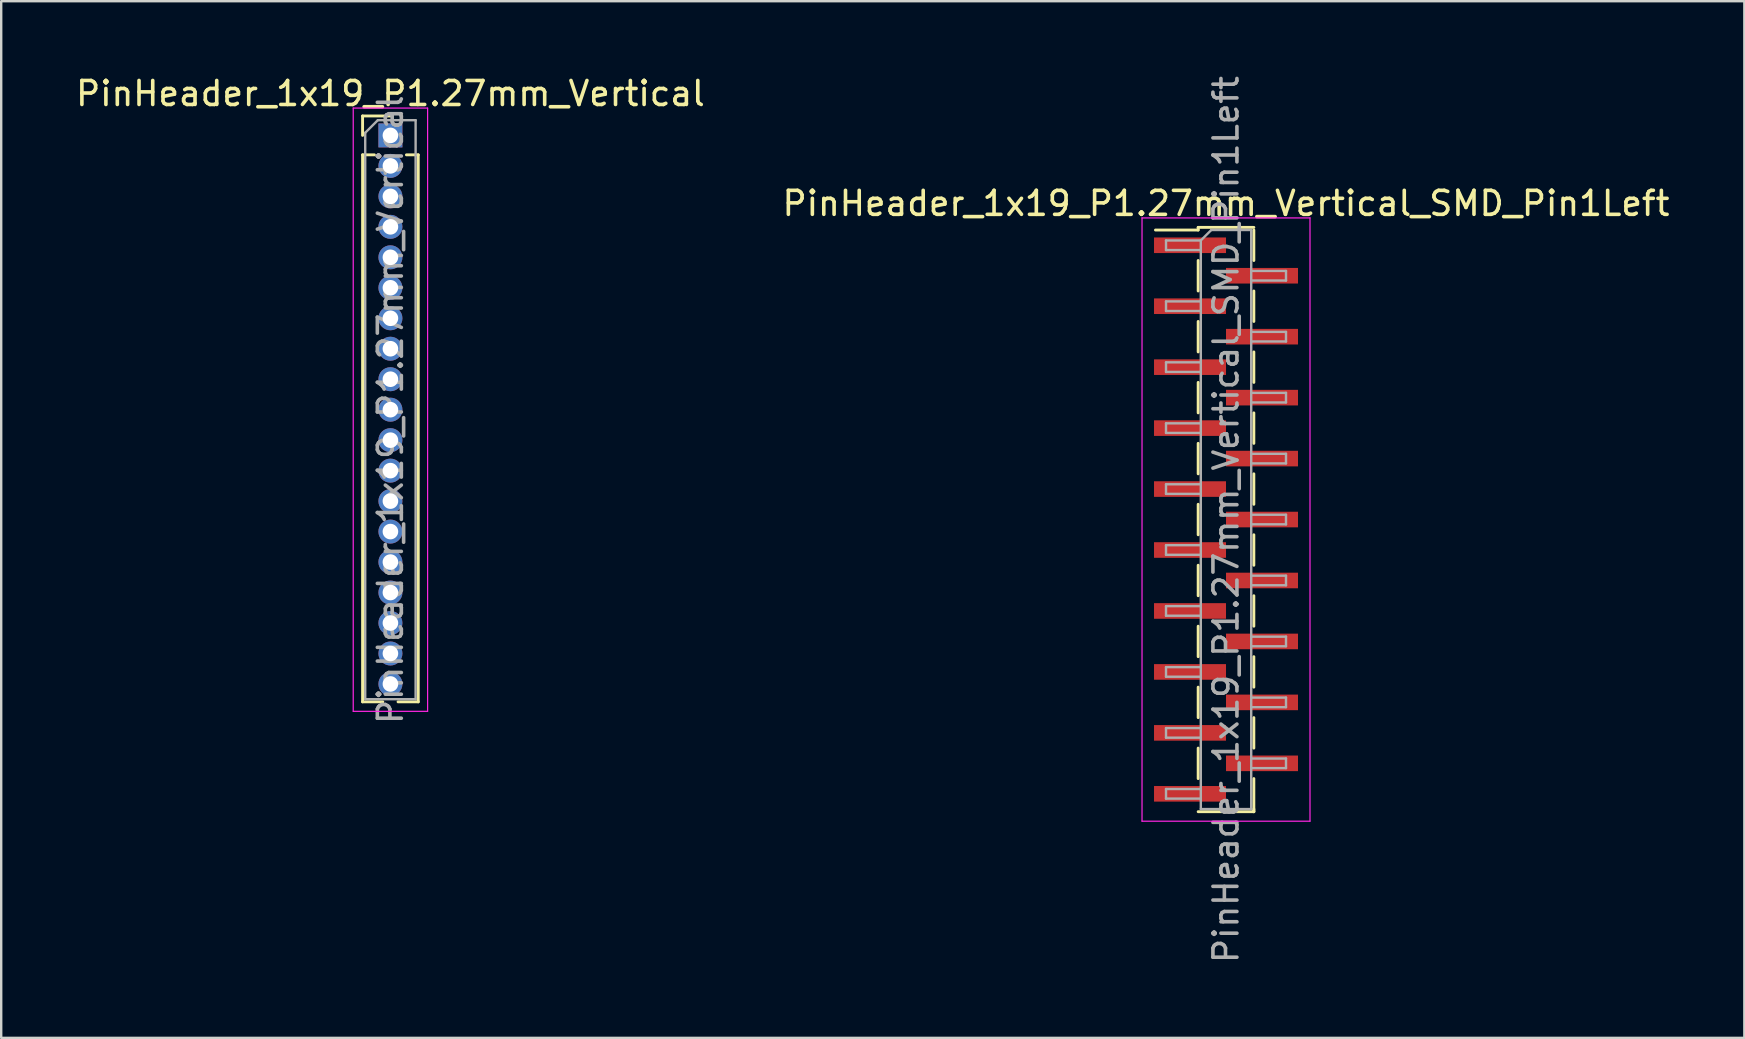
<source format=kicad_pcb>
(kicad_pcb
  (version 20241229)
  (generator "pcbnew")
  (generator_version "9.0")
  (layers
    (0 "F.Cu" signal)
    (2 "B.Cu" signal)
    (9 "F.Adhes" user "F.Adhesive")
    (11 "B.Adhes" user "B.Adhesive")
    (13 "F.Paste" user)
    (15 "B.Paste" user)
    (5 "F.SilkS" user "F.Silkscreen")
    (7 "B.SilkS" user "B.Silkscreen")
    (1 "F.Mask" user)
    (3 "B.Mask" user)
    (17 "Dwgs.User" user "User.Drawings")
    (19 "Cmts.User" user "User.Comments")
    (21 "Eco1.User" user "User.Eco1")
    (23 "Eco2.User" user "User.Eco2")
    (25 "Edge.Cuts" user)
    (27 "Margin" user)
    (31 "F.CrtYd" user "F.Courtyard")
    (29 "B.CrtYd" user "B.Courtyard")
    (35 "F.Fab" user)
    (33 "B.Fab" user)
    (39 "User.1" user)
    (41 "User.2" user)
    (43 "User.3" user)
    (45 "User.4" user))
  (footprint "PinHeader_1x19_P1.27mm_Vertical_SMD_Pin1Left"
    (layer "F.Cu")
    (at 48.042 18.601)
    (property "Reference" "PinHeader_1x19_P1.27mm_Vertical_SMD_Pin1Left" (at 0 -13.175 0) (layer "F.SilkS") (effects (font (size 1 1) (thickness 0.15))))
    (attr smd)
    (fp_line (start -1.16 -12.175) (end -1.16 -12.065) (stroke (width 0.12) (type solid)) (layer "F.SilkS"))
    (fp_line (start -1.16 -12.175) (end 1.16 -12.175) (stroke (width 0.12) (type solid)) (layer "F.SilkS"))
    (fp_line (start -1.16 -12.065) (end -2.94 -12.065) (stroke (width 0.12) (type solid)) (layer "F.SilkS"))
    (fp_line (start -1.16 -10.795) (end -1.16 -9.525) (stroke (width 0.12) (type solid)) (layer "F.SilkS"))
    (fp_line (start -1.16 -8.255) (end -1.16 -6.985) (stroke (width 0.12) (type solid)) (layer "F.SilkS"))
    (fp_line (start -1.16 -5.715) (end -1.16 -4.445) (stroke (width 0.12) (type solid)) (layer "F.SilkS"))
    (fp_line (start -1.16 -3.175) (end -1.16 -1.905) (stroke (width 0.12) (type solid)) (layer "F.SilkS"))
    (fp_line (start -1.16 -0.635) (end -1.16 0.635) (stroke (width 0.12) (type solid)) (layer "F.SilkS"))
    (fp_line (start -1.16 1.905) (end -1.16 3.175) (stroke (width 0.12) (type solid)) (layer "F.SilkS"))
    (fp_line (start -1.16 4.445) (end -1.16 5.715) (stroke (width 0.12) (type solid)) (layer "F.SilkS"))
    (fp_line (start -1.16 6.985) (end -1.16 8.255) (stroke (width 0.12) (type solid)) (layer "F.SilkS"))
    (fp_line (start -1.16 9.525) (end -1.16 10.795) (stroke (width 0.12) (type solid)) (layer "F.SilkS"))
    (fp_line (start -1.16 12.175) (end 1.16 12.175) (stroke (width 0.12) (type solid)) (layer "F.SilkS"))
    (fp_line (start 1.16 -12.065) (end 1.16 -10.795) (stroke (width 0.12) (type solid)) (layer "F.SilkS"))
    (fp_line (start 1.16 -9.525) (end 1.16 -8.255) (stroke (width 0.12) (type solid)) (layer "F.SilkS"))
    (fp_line (start 1.16 -6.985) (end 1.16 -5.715) (stroke (width 0.12) (type solid)) (layer "F.SilkS"))
    (fp_line (start 1.16 -4.445) (end 1.16 -3.175) (stroke (width 0.12) (type solid)) (layer "F.SilkS"))
    (fp_line (start 1.16 -1.905) (end 1.16 -0.635) (stroke (width 0.12) (type solid)) (layer "F.SilkS"))
    (fp_line (start 1.16 0.635) (end 1.16 1.905) (stroke (width 0.12) (type solid)) (layer "F.SilkS"))
    (fp_line (start 1.16 3.175) (end 1.16 4.445) (stroke (width 0.12) (type solid)) (layer "F.SilkS"))
    (fp_line (start 1.16 5.715) (end 1.16 6.985) (stroke (width 0.12) (type solid)) (layer "F.SilkS"))
    (fp_line (start 1.16 8.255) (end 1.16 9.525) (stroke (width 0.12) (type solid)) (layer "F.SilkS"))
    (fp_line (start 1.16 10.795) (end 1.16 12.175) (stroke (width 0.12) (type solid)) (layer "F.SilkS"))
    (fp_line (start 1.16 12.065) (end 1.16 12.175) (stroke (width 0.12) (type solid)) (layer "F.SilkS"))
    (fp_line (start -3.5 -12.57) (end -3.5 12.57) (stroke (width 0.05) (type solid)) (layer "F.CrtYd"))
    (fp_line (start -3.5 12.57) (end 3.5 12.57) (stroke (width 0.05) (type solid)) (layer "F.CrtYd"))
    (fp_line (start 3.5 -12.57) (end -3.5 -12.57) (stroke (width 0.05) (type solid)) (layer "F.CrtYd"))
    (fp_line (start 3.5 12.57) (end 3.5 -12.57) (stroke (width 0.05) (type solid)) (layer "F.CrtYd"))
    (fp_line (start -2.5 -11.63) (end -2.5 -11.23) (stroke (width 0.1) (type solid)) (layer "F.Fab"))
    (fp_line (start -2.5 -11.23) (end -1.05 -11.23) (stroke (width 0.1) (type solid)) (layer "F.Fab"))
    (fp_line (start -2.5 -9.09) (end -2.5 -8.69) (stroke (width 0.1) (type solid)) (layer "F.Fab"))
    (fp_line (start -2.5 -8.69) (end -1.05 -8.69) (stroke (width 0.1) (type solid)) (layer "F.Fab"))
    (fp_line (start -2.5 -6.55) (end -2.5 -6.15) (stroke (width 0.1) (type solid)) (layer "F.Fab"))
    (fp_line (start -2.5 -6.15) (end -1.05 -6.15) (stroke (width 0.1) (type solid)) (layer "F.Fab"))
    (fp_line (start -2.5 -4.01) (end -2.5 -3.61) (stroke (width 0.1) (type solid)) (layer "F.Fab"))
    (fp_line (start -2.5 -3.61) (end -1.05 -3.61) (stroke (width 0.1) (type solid)) (layer "F.Fab"))
    (fp_line (start -2.5 -1.47) (end -2.5 -1.07) (stroke (width 0.1) (type solid)) (layer "F.Fab"))
    (fp_line (start -2.5 -1.07) (end -1.05 -1.07) (stroke (width 0.1) (type solid)) (layer "F.Fab"))
    (fp_line (start -2.5 1.07) (end -2.5 1.47) (stroke (width 0.1) (type solid)) (layer "F.Fab"))
    (fp_line (start -2.5 1.47) (end -1.05 1.47) (stroke (width 0.1) (type solid)) (layer "F.Fab"))
    (fp_line (start -2.5 3.61) (end -2.5 4.01) (stroke (width 0.1) (type solid)) (layer "F.Fab"))
    (fp_line (start -2.5 4.01) (end -1.05 4.01) (stroke (width 0.1) (type solid)) (layer "F.Fab"))
    (fp_line (start -2.5 6.15) (end -2.5 6.55) (stroke (width 0.1) (type solid)) (layer "F.Fab"))
    (fp_line (start -2.5 6.55) (end -1.05 6.55) (stroke (width 0.1) (type solid)) (layer "F.Fab"))
    (fp_line (start -2.5 8.69) (end -2.5 9.09) (stroke (width 0.1) (type solid)) (layer "F.Fab"))
    (fp_line (start -2.5 9.09) (end -1.05 9.09) (stroke (width 0.1) (type solid)) (layer "F.Fab"))
    (fp_line (start -2.5 11.23) (end -2.5 11.63) (stroke (width 0.1) (type solid)) (layer "F.Fab"))
    (fp_line (start -2.5 11.63) (end -1.05 11.63) (stroke (width 0.1) (type solid)) (layer "F.Fab"))
    (fp_line (start -1.05 -11.63) (end -2.5 -11.63) (stroke (width 0.1) (type solid)) (layer "F.Fab"))
    (fp_line (start -1.05 -11.63) (end -0.615 -12.065) (stroke (width 0.1) (type solid)) (layer "F.Fab"))
    (fp_line (start -1.05 -9.09) (end -2.5 -9.09) (stroke (width 0.1) (type solid)) (layer "F.Fab"))
    (fp_line (start -1.05 -6.55) (end -2.5 -6.55) (stroke (width 0.1) (type solid)) (layer "F.Fab"))
    (fp_line (start -1.05 -4.01) (end -2.5 -4.01) (stroke (width 0.1) (type solid)) (layer "F.Fab"))
    (fp_line (start -1.05 -1.47) (end -2.5 -1.47) (stroke (width 0.1) (type solid)) (layer "F.Fab"))
    (fp_line (start -1.05 1.07) (end -2.5 1.07) (stroke (width 0.1) (type solid)) (layer "F.Fab"))
    (fp_line (start -1.05 3.61) (end -2.5 3.61) (stroke (width 0.1) (type solid)) (layer "F.Fab"))
    (fp_line (start -1.05 6.15) (end -2.5 6.15) (stroke (width 0.1) (type solid)) (layer "F.Fab"))
    (fp_line (start -1.05 8.69) (end -2.5 8.69) (stroke (width 0.1) (type solid)) (layer "F.Fab"))
    (fp_line (start -1.05 11.23) (end -2.5 11.23) (stroke (width 0.1) (type solid)) (layer "F.Fab"))
    (fp_line (start -1.05 12.065) (end -1.05 -11.63) (stroke (width 0.1) (type solid)) (layer "F.Fab"))
    (fp_line (start -0.615 -12.065) (end 1.05 -12.065) (stroke (width 0.1) (type solid)) (layer "F.Fab"))
    (fp_line (start 1.05 -12.065) (end 1.05 12.065) (stroke (width 0.1) (type solid)) (layer "F.Fab"))
    (fp_line (start 1.05 -10.36) (end 2.5 -10.36) (stroke (width 0.1) (type solid)) (layer "F.Fab"))
    (fp_line (start 1.05 -7.82) (end 2.5 -7.82) (stroke (width 0.1) (type solid)) (layer "F.Fab"))
    (fp_line (start 1.05 -5.28) (end 2.5 -5.28) (stroke (width 0.1) (type solid)) (layer "F.Fab"))
    (fp_line (start 1.05 -2.74) (end 2.5 -2.74) (stroke (width 0.1) (type solid)) (layer "F.Fab"))
    (fp_line (start 1.05 -0.2) (end 2.5 -0.2) (stroke (width 0.1) (type solid)) (layer "F.Fab"))
    (fp_line (start 1.05 2.34) (end 2.5 2.34) (stroke (width 0.1) (type solid)) (layer "F.Fab"))
    (fp_line (start 1.05 4.88) (end 2.5 4.88) (stroke (width 0.1) (type solid)) (layer "F.Fab"))
    (fp_line (start 1.05 7.42) (end 2.5 7.42) (stroke (width 0.1) (type solid)) (layer "F.Fab"))
    (fp_line (start 1.05 9.96) (end 2.5 9.96) (stroke (width 0.1) (type solid)) (layer "F.Fab"))
    (fp_line (start 1.05 12.065) (end -1.05 12.065) (stroke (width 0.1) (type solid)) (layer "F.Fab"))
    (fp_line (start 2.5 -10.36) (end 2.5 -9.96) (stroke (width 0.1) (type solid)) (layer "F.Fab"))
    (fp_line (start 2.5 -9.96) (end 1.05 -9.96) (stroke (width 0.1) (type solid)) (layer "F.Fab"))
    (fp_line (start 2.5 -7.82) (end 2.5 -7.42) (stroke (width 0.1) (type solid)) (layer "F.Fab"))
    (fp_line (start 2.5 -7.42) (end 1.05 -7.42) (stroke (width 0.1) (type solid)) (layer "F.Fab"))
    (fp_line (start 2.5 -5.28) (end 2.5 -4.88) (stroke (width 0.1) (type solid)) (layer "F.Fab"))
    (fp_line (start 2.5 -4.88) (end 1.05 -4.88) (stroke (width 0.1) (type solid)) (layer "F.Fab"))
    (fp_line (start 2.5 -2.74) (end 2.5 -2.34) (stroke (width 0.1) (type solid)) (layer "F.Fab"))
    (fp_line (start 2.5 -2.34) (end 1.05 -2.34) (stroke (width 0.1) (type solid)) (layer "F.Fab"))
    (fp_line (start 2.5 -0.2) (end 2.5 0.2) (stroke (width 0.1) (type solid)) (layer "F.Fab"))
    (fp_line (start 2.5 0.2) (end 1.05 0.2) (stroke (width 0.1) (type solid)) (layer "F.Fab"))
    (fp_line (start 2.5 2.34) (end 2.5 2.74) (stroke (width 0.1) (type solid)) (layer "F.Fab"))
    (fp_line (start 2.5 2.74) (end 1.05 2.74) (stroke (width 0.1) (type solid)) (layer "F.Fab"))
    (fp_line (start 2.5 4.88) (end 2.5 5.28) (stroke (width 0.1) (type solid)) (layer "F.Fab"))
    (fp_line (start 2.5 5.28) (end 1.05 5.28) (stroke (width 0.1) (type solid)) (layer "F.Fab"))
    (fp_line (start 2.5 7.42) (end 2.5 7.82) (stroke (width 0.1) (type solid)) (layer "F.Fab"))
    (fp_line (start 2.5 7.82) (end 1.05 7.82) (stroke (width 0.1) (type solid)) (layer "F.Fab"))
    (fp_line (start 2.5 9.96) (end 2.5 10.36) (stroke (width 0.1) (type solid)) (layer "F.Fab"))
    (fp_line (start 2.5 10.36) (end 1.05 10.36) (stroke (width 0.1) (type solid)) (layer "F.Fab"))
    (fp_text user "${REFERENCE}" (at 0 0 90) (layer "F.Fab") (effects (font (size 1 1) (thickness 0.15))))
    (pad "1" smd rect (at -1.5 -11.43) (size 3 0.65) (layers "F.Cu" "F.Mask" "F.Paste"))
    (pad "2" smd rect (at 1.5 -10.16) (size 3 0.65) (layers "F.Cu" "F.Mask" "F.Paste"))
    (pad "3" smd rect (at -1.5 -8.89) (size 3 0.65) (layers "F.Cu" "F.Mask" "F.Paste"))
    (pad "4" smd rect (at 1.5 -7.62) (size 3 0.65) (layers "F.Cu" "F.Mask" "F.Paste"))
    (pad "5" smd rect (at -1.5 -6.35) (size 3 0.65) (layers "F.Cu" "F.Mask" "F.Paste"))
    (pad "6" smd rect (at 1.5 -5.08) (size 3 0.65) (layers "F.Cu" "F.Mask" "F.Paste"))
    (pad "7" smd rect (at -1.5 -3.81) (size 3 0.65) (layers "F.Cu" "F.Mask" "F.Paste"))
    (pad "8" smd rect (at 1.5 -2.54) (size 3 0.65) (layers "F.Cu" "F.Mask" "F.Paste"))
    (pad "9" smd rect (at -1.5 -1.27) (size 3 0.65) (layers "F.Cu" "F.Mask" "F.Paste"))
    (pad "10" smd rect (at 1.5 0) (size 3 0.65) (layers "F.Cu" "F.Mask" "F.Paste"))
    (pad "11" smd rect (at -1.5 1.27) (size 3 0.65) (layers "F.Cu" "F.Mask" "F.Paste"))
    (pad "12" smd rect (at 1.5 2.54) (size 3 0.65) (layers "F.Cu" "F.Mask" "F.Paste"))
    (pad "13" smd rect (at -1.5 3.81) (size 3 0.65) (layers "F.Cu" "F.Mask" "F.Paste"))
    (pad "14" smd rect (at 1.5 5.08) (size 3 0.65) (layers "F.Cu" "F.Mask" "F.Paste"))
    (pad "15" smd rect (at -1.5 6.35) (size 3 0.65) (layers "F.Cu" "F.Mask" "F.Paste"))
    (pad "16" smd rect (at 1.5 7.62) (size 3 0.65) (layers "F.Cu" "F.Mask" "F.Paste"))
    (pad "17" smd rect (at -1.5 8.89) (size 3 0.65) (layers "F.Cu" "F.Mask" "F.Paste"))
    (pad "18" smd rect (at 1.5 10.16) (size 3 0.65) (layers "F.Cu" "F.Mask" "F.Paste"))
    (pad "19" smd rect (at -1.5 11.43) (size 3 0.65) (layers "F.Cu" "F.Mask" "F.Paste")))
  (footprint "PinHeader_1x19_P1.27mm_Vertical"
    (layer "F.Cu")
    (at 13.22 2.593)
    (property "Reference" "PinHeader_1x19_P1.27mm_Vertical" (at 0 -1.745 0) (layer "F.SilkS") (effects (font (size 1 1) (thickness 0.15))))
    (attr through_hole)
    (fp_line (start -1.16 -0.81) (end 0 -0.81) (stroke (width 0.12) (type solid)) (layer "F.SilkS"))
    (fp_line (start -1.16 0) (end -1.16 -0.81) (stroke (width 0.12) (type solid)) (layer "F.SilkS"))
    (fp_line (start -1.16 0.81) (end -1.16 23.605) (stroke (width 0.12) (type solid)) (layer "F.SilkS"))
    (fp_line (start -1.16 0.81) (end -0.667 0.81) (stroke (width 0.12) (type solid)) (layer "F.SilkS"))
    (fp_line (start -1.16 23.605) (end -0.318 23.605) (stroke (width 0.12) (type solid)) (layer "F.SilkS"))
    (fp_line (start 0.318 23.605) (end 1.16 23.605) (stroke (width 0.12) (type solid)) (layer "F.SilkS"))
    (fp_line (start 0.667 0.81) (end 1.16 0.81) (stroke (width 0.12) (type solid)) (layer "F.SilkS"))
    (fp_line (start 1.16 0.81) (end 1.16 23.605) (stroke (width 0.12) (type solid)) (layer "F.SilkS"))
    (fp_line (start -1.55 -1.14) (end -1.55 24) (stroke (width 0.05) (type solid)) (layer "F.CrtYd"))
    (fp_line (start -1.55 24) (end 1.55 24) (stroke (width 0.05) (type solid)) (layer "F.CrtYd"))
    (fp_line (start 1.55 -1.14) (end -1.55 -1.14) (stroke (width 0.05) (type solid)) (layer "F.CrtYd"))
    (fp_line (start 1.55 24) (end 1.55 -1.14) (stroke (width 0.05) (type solid)) (layer "F.CrtYd"))
    (fp_line (start -1.05 -0.11) (end -0.525 -0.635) (stroke (width 0.1) (type solid)) (layer "F.Fab"))
    (fp_line (start -1.05 23.495) (end -1.05 -0.11) (stroke (width 0.1) (type solid)) (layer "F.Fab"))
    (fp_line (start -0.525 -0.635) (end 1.05 -0.635) (stroke (width 0.1) (type solid)) (layer "F.Fab"))
    (fp_line (start 1.05 -0.635) (end 1.05 23.495) (stroke (width 0.1) (type solid)) (layer "F.Fab"))
    (fp_line (start 1.05 23.495) (end -1.05 23.495) (stroke (width 0.1) (type solid)) (layer "F.Fab"))
    (fp_text user "${REFERENCE}" (at 0 11.43 90) (layer "F.Fab") (effects (font (size 1 1) (thickness 0.15))))
    (pad "1" thru_hole rect (at 0 0) (size 1 1) (drill 0.65) (layers "*.Cu" "*.Mask"))
    (pad "2" thru_hole circle (at 0 1.27) (size 1 1) (drill 0.65) (layers "*.Cu" "*.Mask"))
    (pad "3" thru_hole circle (at 0 2.54) (size 1 1) (drill 0.65) (layers "*.Cu" "*.Mask"))
    (pad "4" thru_hole circle (at 0 3.81) (size 1 1) (drill 0.65) (layers "*.Cu" "*.Mask"))
    (pad "5" thru_hole circle (at 0 5.08) (size 1 1) (drill 0.65) (layers "*.Cu" "*.Mask"))
    (pad "6" thru_hole circle (at 0 6.35) (size 1 1) (drill 0.65) (layers "*.Cu" "*.Mask"))
    (pad "7" thru_hole circle (at 0 7.62) (size 1 1) (drill 0.65) (layers "*.Cu" "*.Mask"))
    (pad "8" thru_hole circle (at 0 8.89) (size 1 1) (drill 0.65) (layers "*.Cu" "*.Mask"))
    (pad "9" thru_hole circle (at 0 10.16) (size 1 1) (drill 0.65) (layers "*.Cu" "*.Mask"))
    (pad "10" thru_hole circle (at 0 11.43) (size 1 1) (drill 0.65) (layers "*.Cu" "*.Mask"))
    (pad "11" thru_hole circle (at 0 12.7) (size 1 1) (drill 0.65) (layers "*.Cu" "*.Mask"))
    (pad "12" thru_hole circle (at 0 13.97) (size 1 1) (drill 0.65) (layers "*.Cu" "*.Mask"))
    (pad "13" thru_hole circle (at 0 15.24) (size 1 1) (drill 0.65) (layers "*.Cu" "*.Mask"))
    (pad "14" thru_hole circle (at 0 16.51) (size 1 1) (drill 0.65) (layers "*.Cu" "*.Mask"))
    (pad "15" thru_hole circle (at 0 17.78) (size 1 1) (drill 0.65) (layers "*.Cu" "*.Mask"))
    (pad "16" thru_hole circle (at 0 19.05) (size 1 1) (drill 0.65) (layers "*.Cu" "*.Mask"))
    (pad "17" thru_hole circle (at 0 20.32) (size 1 1) (drill 0.65) (layers "*.Cu" "*.Mask"))
    (pad "18" thru_hole circle (at 0 21.59) (size 1 1) (drill 0.65) (layers "*.Cu" "*.Mask"))
    (pad "19" thru_hole circle (at 0 22.86) (size 1 1) (drill 0.65) (layers "*.Cu" "*.Mask")))
  (gr_rect
    (start -3 -3)
    (end 69.643 40.202)
    (stroke (width 0.1) (type default))
    (fill no)
    (layer "Edge.Cuts")))
</source>
